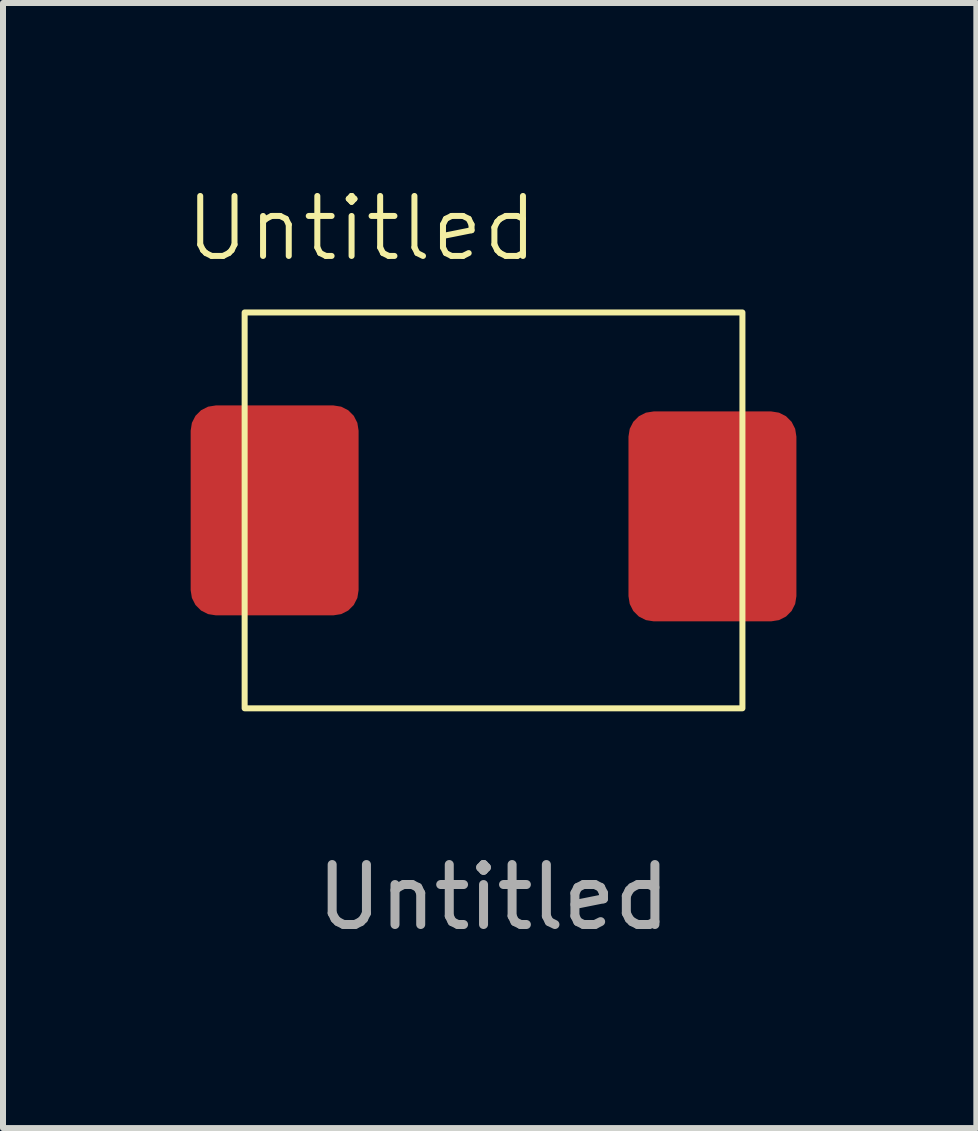
<source format=kicad_pcb>
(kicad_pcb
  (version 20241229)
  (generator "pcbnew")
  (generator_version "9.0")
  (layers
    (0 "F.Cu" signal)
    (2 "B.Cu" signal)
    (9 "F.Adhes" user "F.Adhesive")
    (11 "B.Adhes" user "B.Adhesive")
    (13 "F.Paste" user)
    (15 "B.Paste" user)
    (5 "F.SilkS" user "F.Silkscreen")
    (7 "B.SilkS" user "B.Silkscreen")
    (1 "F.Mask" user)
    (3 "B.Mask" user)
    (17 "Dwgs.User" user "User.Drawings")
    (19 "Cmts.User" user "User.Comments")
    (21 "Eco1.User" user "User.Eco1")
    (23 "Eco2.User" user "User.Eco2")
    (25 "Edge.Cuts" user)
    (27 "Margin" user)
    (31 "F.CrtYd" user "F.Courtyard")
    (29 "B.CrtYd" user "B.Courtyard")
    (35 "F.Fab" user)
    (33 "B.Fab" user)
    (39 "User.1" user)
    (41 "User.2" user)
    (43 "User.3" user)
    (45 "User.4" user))
  (footprint "Untitled"
    (layer "F.Cu")
    (at 5.179 5.46)
    (property "Reference" "Untitled" (at -2.2 -4.7 0) (unlocked yes) (layer "F.SilkS") (effects (font (size 1 1) (thickness 0.1))))
    (attr smd)
    (fp_rect (start -4.15 -3.3) (end 4.15 3.3) (stroke (width 0.1) (type solid)) (fill no) (layer "F.SilkS"))
    (fp_text user "${REFERENCE}" (at 0 6.45 0) (unlocked yes) (layer "F.Fab") (effects (font (size 1 1) (thickness 0.15))))
    (pad "1" smd roundrect (at 3.65 0.1) (size 2.8 3.5) (layers "F.Cu" "F.Mask" "F.Paste") (roundrect_rratio 0.15))
    (pad "2" smd roundrect (at -3.65 0) (size 2.8 3.5) (layers "F.Cu" "F.Mask" "F.Paste") (roundrect_rratio 0.15)))
  (gr_rect
    (start -3 -3)
    (end 13.229 15.759)
    (stroke (width 0.1) (type default))
    (fill no)
    (layer "Edge.Cuts")))
</source>
